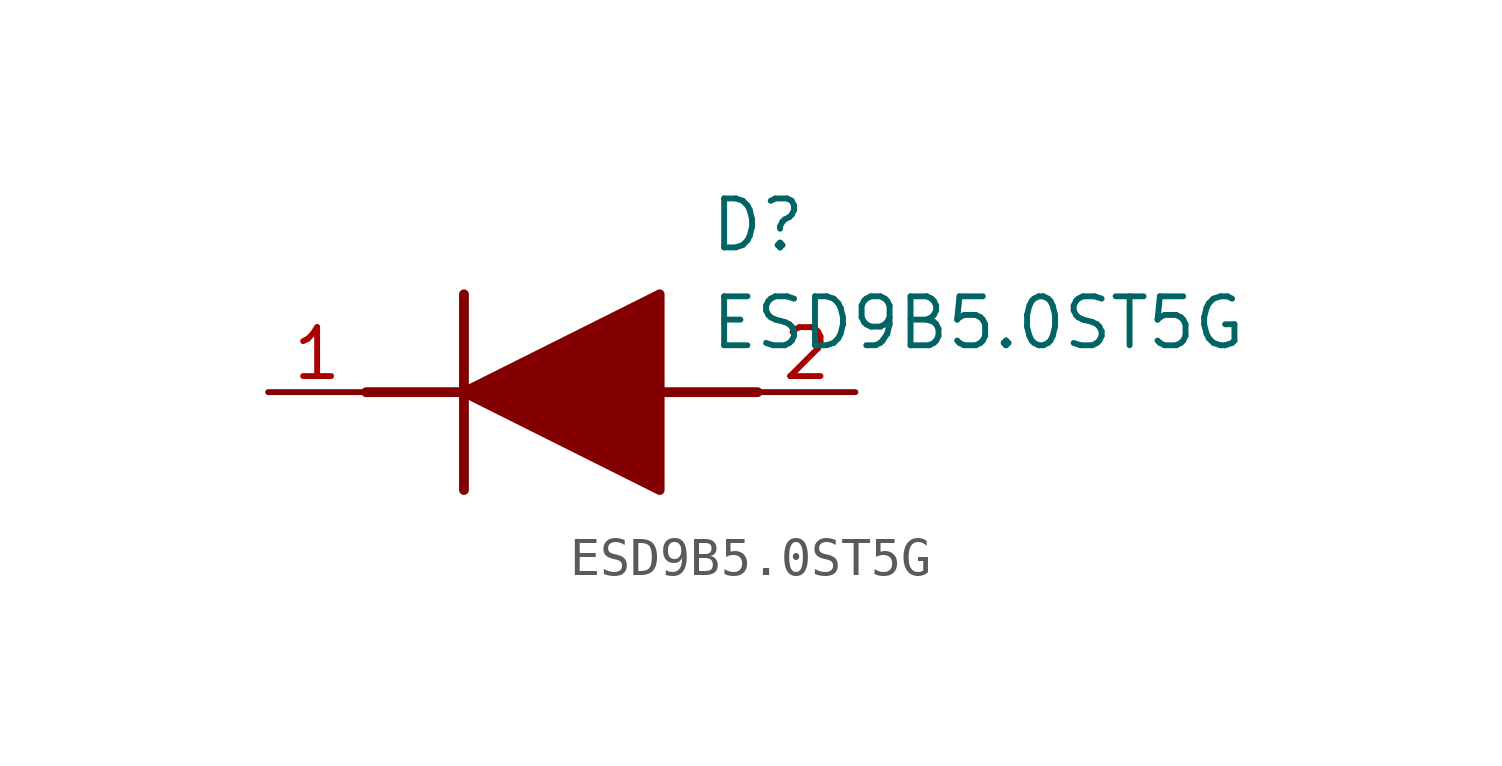
<source format=kicad_sym>
(kicad_symbol_lib
  (version 20211014)
  (generator SamacSys_ECAD_Model)
  (symbol "ESD9B5.0ST5G"
    (pin_names hide)
    (property "Reference" "D"
      (at 11.43 5.08 0)
      (effects (font (size 1.27 1.27)) (justify left top)))
    (property "Value" "ESD9B5.0ST5G"
      (at 11.43 2.54 0)
      (effects (font (size 1.27 1.27)) (justify left top)))
    (polyline
      (pts (xy 5.08 2.54) (xy 5.08 -2.54))
      (stroke (width 0.254) (type default))
      (fill (type none)))
    (polyline
      (pts (xy 2.54 0) (xy 5.08 0))
      (stroke (width 0.254) (type default))
      (fill (type none)))
    (polyline
      (pts (xy 10.16 0) (xy 12.7 0))
      (stroke (width 0.254) (type default))
      (fill (type none)))
    (polyline
      (pts (xy 5.08 0) (xy 10.16 2.54) (xy 10.16 -2.54) (xy 5.08 0))
      (stroke (width 0.254) (type default))
      (fill (type outline)))
    (pin passive line
      (at 0 0 0)
      (length 2.54)
      (name "K" (effects (font (size 1.27 1.27))))
      (number "1" (effects (font (size 1.27 1.27)))))
    (pin passive line
      (at 15.24 0 180)
      (length 2.54)
      (name "A" (effects (font (size 1.27 1.27))))
      (number "2" (effects (font (size 1.27 1.27)))))))
</source>
